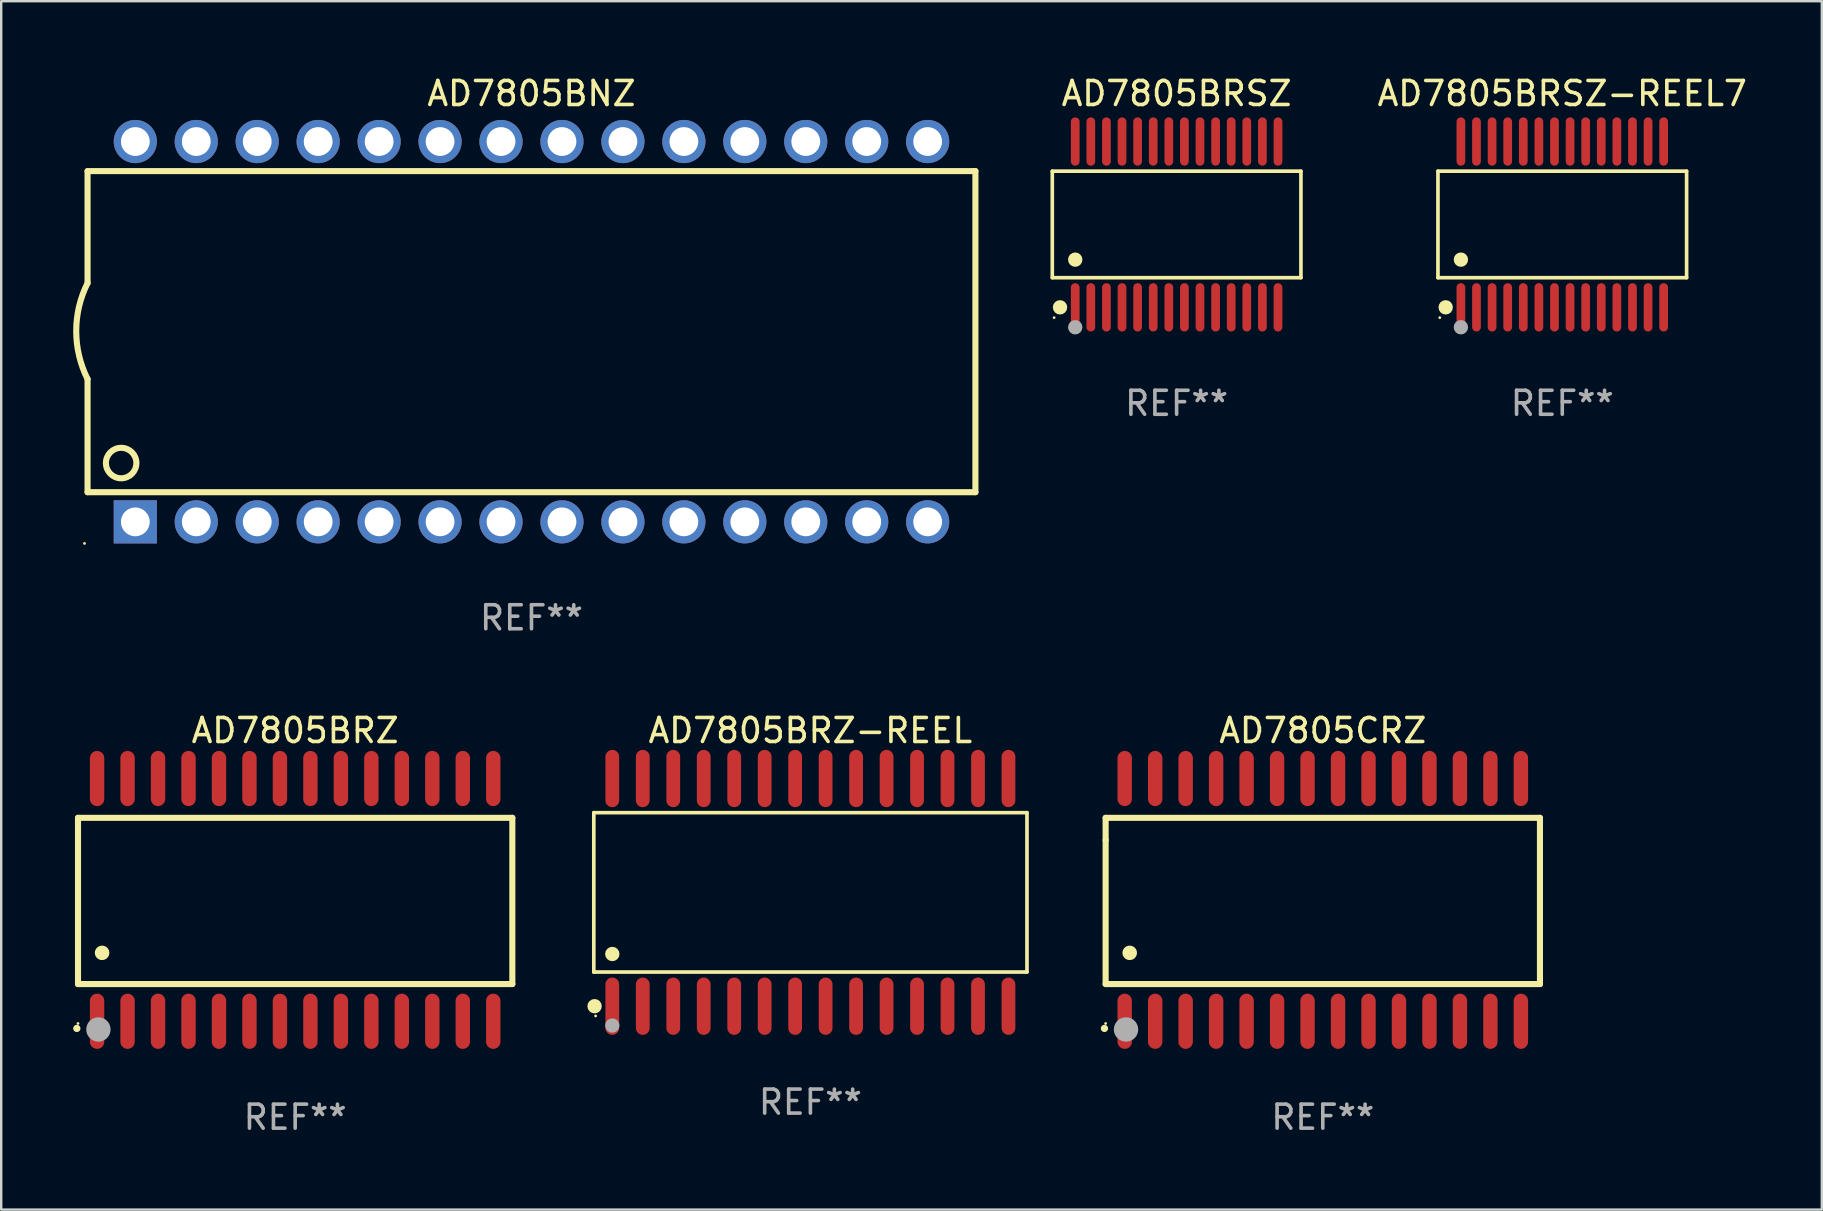
<source format=kicad_pcb>
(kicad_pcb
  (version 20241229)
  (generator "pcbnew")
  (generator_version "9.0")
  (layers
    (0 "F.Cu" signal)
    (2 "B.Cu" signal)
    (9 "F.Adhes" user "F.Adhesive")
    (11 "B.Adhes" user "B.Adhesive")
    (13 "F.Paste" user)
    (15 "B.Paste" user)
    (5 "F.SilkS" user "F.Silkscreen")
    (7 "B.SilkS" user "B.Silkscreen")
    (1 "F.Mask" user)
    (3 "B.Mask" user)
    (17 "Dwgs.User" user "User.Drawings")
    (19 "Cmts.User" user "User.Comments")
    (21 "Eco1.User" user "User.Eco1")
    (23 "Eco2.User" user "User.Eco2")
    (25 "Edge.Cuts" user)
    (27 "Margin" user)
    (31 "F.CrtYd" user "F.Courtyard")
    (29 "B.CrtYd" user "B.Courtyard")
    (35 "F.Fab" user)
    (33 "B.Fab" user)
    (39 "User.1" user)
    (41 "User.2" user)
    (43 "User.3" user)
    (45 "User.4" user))
  (footprint "AD7805BRZ-REEL"
    (layer "F.Cu")
    (at 30.722 34.138)
    (property "Reference" "AD7805BRZ-REEL" (at 0 -6.744 0) (layer "F.SilkS") (effects (font (size 1 1) (thickness 0.15))))
    (attr through_hole)
    (fp_line (start -9.026 -3.321) (end 9.026 -3.321) (stroke (width 0.152) (type solid)) (layer "F.SilkS"))
    (fp_line (start -9.026 3.321) (end -9.026 -3.321) (stroke (width 0.152) (type solid)) (layer "F.SilkS"))
    (fp_line (start 9.026 -3.321) (end 9.026 3.321) (stroke (width 0.152) (type solid)) (layer "F.SilkS"))
    (fp_line (start 9.026 3.321) (end -9.026 3.321) (stroke (width 0.152) (type solid)) (layer "F.SilkS"))
    (fp_circle (center -8.994 4.744) (end -8.844 4.744) (stroke (width 0.3) (type solid)) (fill no) (layer "F.SilkS"))
    (fp_circle (center -8.95 5.15) (end -8.92 5.15) (stroke (width 0.06) (type solid)) (fill no) (layer "F.SilkS"))
    (fp_circle (center -8.255 2.569) (end -8.105 2.569) (stroke (width 0.3) (type solid)) (fill no) (layer "F.SilkS"))
    (fp_circle (center -8.255 5.55) (end -8.105 5.55) (stroke (width 0.3) (type solid)) (fill no) (layer "F.Fab"))
    (fp_text user "REF**" (at 0 8.744 0) (layer "F.Fab") (effects (font (size 1 1) (thickness 0.15))))
    (pad "1" smd oval (at -8.255 4.744) (size 0.574 2.388) (layers "F.Cu" "F.Mask" "F.Paste"))
    (pad "2" smd oval (at -6.985 4.744) (size 0.574 2.388) (layers "F.Cu" "F.Mask" "F.Paste"))
    (pad "3" smd oval (at -5.715 4.744) (size 0.574 2.388) (layers "F.Cu" "F.Mask" "F.Paste"))
    (pad "4" smd oval (at -4.445 4.744) (size 0.574 2.388) (layers "F.Cu" "F.Mask" "F.Paste"))
    (pad "5" smd oval (at -3.175 4.744) (size 0.574 2.388) (layers "F.Cu" "F.Mask" "F.Paste"))
    (pad "6" smd oval (at -1.905 4.744) (size 0.574 2.388) (layers "F.Cu" "F.Mask" "F.Paste"))
    (pad "7" smd oval (at -0.635 4.744) (size 0.574 2.388) (layers "F.Cu" "F.Mask" "F.Paste"))
    (pad "8" smd oval (at 0.635 4.744) (size 0.574 2.388) (layers "F.Cu" "F.Mask" "F.Paste"))
    (pad "9" smd oval (at 1.905 4.744) (size 0.574 2.388) (layers "F.Cu" "F.Mask" "F.Paste"))
    (pad "10" smd oval (at 3.175 4.744) (size 0.574 2.388) (layers "F.Cu" "F.Mask" "F.Paste"))
    (pad "11" smd oval (at 4.445 4.744) (size 0.574 2.388) (layers "F.Cu" "F.Mask" "F.Paste"))
    (pad "12" smd oval (at 5.715 4.744) (size 0.574 2.388) (layers "F.Cu" "F.Mask" "F.Paste"))
    (pad "13" smd oval (at 6.985 4.744) (size 0.574 2.388) (layers "F.Cu" "F.Mask" "F.Paste"))
    (pad "14" smd oval (at 8.255 4.744) (size 0.574 2.388) (layers "F.Cu" "F.Mask" "F.Paste"))
    (pad "15" smd oval (at 8.255 -4.744) (size 0.574 2.388) (layers "F.Cu" "F.Mask" "F.Paste"))
    (pad "16" smd oval (at 6.985 -4.744) (size 0.574 2.388) (layers "F.Cu" "F.Mask" "F.Paste"))
    (pad "17" smd oval (at 5.715 -4.744) (size 0.574 2.388) (layers "F.Cu" "F.Mask" "F.Paste"))
    (pad "18" smd oval (at 4.445 -4.744) (size 0.574 2.388) (layers "F.Cu" "F.Mask" "F.Paste"))
    (pad "19" smd oval (at 3.175 -4.744) (size 0.574 2.388) (layers "F.Cu" "F.Mask" "F.Paste"))
    (pad "20" smd oval (at 1.905 -4.744) (size 0.574 2.388) (layers "F.Cu" "F.Mask" "F.Paste"))
    (pad "21" smd oval (at 0.635 -4.744) (size 0.574 2.388) (layers "F.Cu" "F.Mask" "F.Paste"))
    (pad "22" smd oval (at -0.635 -4.744) (size 0.574 2.388) (layers "F.Cu" "F.Mask" "F.Paste"))
    (pad "23" smd oval (at -1.905 -4.744) (size 0.574 2.388) (layers "F.Cu" "F.Mask" "F.Paste"))
    (pad "24" smd oval (at -3.175 -4.744) (size 0.574 2.388) (layers "F.Cu" "F.Mask" "F.Paste"))
    (pad "25" smd oval (at -4.445 -4.744) (size 0.574 2.388) (layers "F.Cu" "F.Mask" "F.Paste"))
    (pad "26" smd oval (at -5.715 -4.744) (size 0.574 2.388) (layers "F.Cu" "F.Mask" "F.Paste"))
    (pad "27" smd oval (at -6.985 -4.744) (size 0.574 2.388) (layers "F.Cu" "F.Mask" "F.Paste"))
    (pad "28" smd oval (at -8.255 -4.744) (size 0.574 2.388) (layers "F.Cu" "F.Mask" "F.Paste")))
  (footprint "AD7805BRZ"
    (layer "F.Cu")
    (at 9.251 34.452)
    (property "Reference" "AD7805BRZ" (at 0 -7.058 0) (layer "F.SilkS") (effects (font (size 1 1) (thickness 0.15))))
    (attr through_hole)
    (fp_line (start -9.05 -3.42) (end 9.05 -3.42) (stroke (width 0.254) (type solid)) (layer "F.SilkS"))
    (fp_line (start -9.05 -2.492) (end -9.05 -3.42) (stroke (width 0.254) (type solid)) (layer "F.SilkS"))
    (fp_line (start -9.05 3.508) (end -9.05 -2.492) (stroke (width 0.254) (type solid)) (layer "F.SilkS"))
    (fp_line (start 9.05 -3.42) (end 9.05 3.508) (stroke (width 0.254) (type solid)) (layer "F.SilkS"))
    (fp_line (start 9.05 3.508) (end -9.05 3.508) (stroke (width 0.254) (type solid)) (layer "F.SilkS"))
    (fp_arc (start -9.100838 5.35649) (mid -9.099568 5.356485) (end -9.098298 5.35649) (stroke (width 0.3) (type solid)) (layer "F.SilkS"))
    (fp_arc (start -8.049276 2.206883) (mid -8.046736 2.206872) (end -8.044196 2.206883) (stroke (width 0.6) (type solid)) (layer "F.SilkS"))
    (fp_circle (center -9.05 5.15) (end -9.02 5.15) (stroke (width 0.06) (type solid)) (fill no) (layer "F.SilkS"))
    (fp_circle (center -8.2 5.4) (end -7.946 5.4) (stroke (width 0.508) (type solid)) (fill no) (layer "F.Fab"))
    (fp_text user "REF**" (at 0 9.058 0) (layer "F.Fab") (effects (font (size 1 1) (thickness 0.15))))
    (pad "1" smd oval (at -8.255 5.058 180) (size 0.6 2.3) (layers "F.Cu" "F.Mask" "F.Paste"))
    (pad "2" smd oval (at -6.985 5.058 180) (size 0.6 2.3) (layers "F.Cu" "F.Mask" "F.Paste"))
    (pad "3" smd oval (at -5.715 5.058 180) (size 0.6 2.3) (layers "F.Cu" "F.Mask" "F.Paste"))
    (pad "4" smd oval (at -4.445 5.058 180) (size 0.6 2.3) (layers "F.Cu" "F.Mask" "F.Paste"))
    (pad "5" smd oval (at -3.175 5.058 180) (size 0.6 2.3) (layers "F.Cu" "F.Mask" "F.Paste"))
    (pad "6" smd oval (at -1.905 5.058 180) (size 0.6 2.3) (layers "F.Cu" "F.Mask" "F.Paste"))
    (pad "7" smd oval (at -0.635 5.058 180) (size 0.6 2.3) (layers "F.Cu" "F.Mask" "F.Paste"))
    (pad "8" smd oval (at 0.635 5.058 180) (size 0.6 2.3) (layers "F.Cu" "F.Mask" "F.Paste"))
    (pad "9" smd oval (at 1.905 5.058 180) (size 0.6 2.3) (layers "F.Cu" "F.Mask" "F.Paste"))
    (pad "10" smd oval (at 3.175 5.058 180) (size 0.6 2.3) (layers "F.Cu" "F.Mask" "F.Paste"))
    (pad "11" smd oval (at 4.445 5.058 180) (size 0.6 2.3) (layers "F.Cu" "F.Mask" "F.Paste"))
    (pad "12" smd oval (at 5.715 5.058 180) (size 0.6 2.3) (layers "F.Cu" "F.Mask" "F.Paste"))
    (pad "13" smd oval (at 6.985 5.058 180) (size 0.6 2.3) (layers "F.Cu" "F.Mask" "F.Paste"))
    (pad "14" smd oval (at 8.255 5.058 180) (size 0.6 2.3) (layers "F.Cu" "F.Mask" "F.Paste"))
    (pad "15" smd oval (at 8.255 -5.058 180) (size 0.6 2.3) (layers "F.Cu" "F.Mask" "F.Paste"))
    (pad "16" smd oval (at 6.985 -5.058 180) (size 0.6 2.3) (layers "F.Cu" "F.Mask" "F.Paste"))
    (pad "17" smd oval (at 5.715 -5.058 180) (size 0.6 2.3) (layers "F.Cu" "F.Mask" "F.Paste"))
    (pad "18" smd oval (at 4.445 -5.058 180) (size 0.6 2.3) (layers "F.Cu" "F.Mask" "F.Paste"))
    (pad "19" smd oval (at 3.175 -5.058 180) (size 0.6 2.3) (layers "F.Cu" "F.Mask" "F.Paste"))
    (pad "20" smd oval (at 1.905 -5.058 180) (size 0.6 2.3) (layers "F.Cu" "F.Mask" "F.Paste"))
    (pad "21" smd oval (at 0.635 -5.058 180) (size 0.6 2.3) (layers "F.Cu" "F.Mask" "F.Paste"))
    (pad "22" smd oval (at -0.635 -5.058 180) (size 0.6 2.3) (layers "F.Cu" "F.Mask" "F.Paste"))
    (pad "23" smd oval (at -1.905 -5.058 180) (size 0.6 2.3) (layers "F.Cu" "F.Mask" "F.Paste"))
    (pad "24" smd oval (at -3.175 -5.058 180) (size 0.6 2.3) (layers "F.Cu" "F.Mask" "F.Paste"))
    (pad "25" smd oval (at -4.445 -5.058 180) (size 0.6 2.3) (layers "F.Cu" "F.Mask" "F.Paste"))
    (pad "26" smd oval (at -5.715 -5.058 180) (size 0.6 2.3) (layers "F.Cu" "F.Mask" "F.Paste"))
    (pad "27" smd oval (at -6.985 -5.058 180) (size 0.6 2.3) (layers "F.Cu" "F.Mask" "F.Paste"))
    (pad "28" smd oval (at -8.255 -5.058 180) (size 0.6 2.3) (layers "F.Cu" "F.Mask" "F.Paste")))
  (footprint "AD7805BNZ"
    (layer "F.Cu")
    (at 19.099 10.773)
    (property "Reference" "AD7805BNZ" (at 0 -9.925 0) (layer "F.SilkS") (effects (font (size 1 1) (thickness 0.15))))
    (attr through_hole)
    (fp_line (start -18.5 -6.692) (end -18.5 -2.026) (stroke (width 0.254) (type solid)) (layer "F.SilkS"))
    (fp_line (start -18.5 6.689) (end -18.5 1.974) (stroke (width 0.254) (type solid)) (layer "F.SilkS"))
    (fp_line (start -18.5 6.689) (end 18.5 6.689) (stroke (width 0.254) (type solid)) (layer "F.SilkS"))
    (fp_line (start 18.5 -6.692) (end -18.5 -6.692) (stroke (width 0.254) (type solid)) (layer "F.SilkS"))
    (fp_line (start 18.5 6.689) (end 18.5 -6.692) (stroke (width 0.254) (type solid)) (layer "F.SilkS"))
    (fp_arc (start -18.500051 1.974346) (mid -18.972187 -0.025654) (end -18.500051 -2.025654) (stroke (width 0.254001) (type solid)) (layer "F.SilkS"))
    (fp_circle (center -18.627 8.824) (end -18.597 8.824) (stroke (width 0.06) (type solid)) (fill no) (layer "F.SilkS"))
    (fp_circle (center -17.1 5.474) (end -16.465 5.474) (stroke (width 0.254) (type solid)) (fill no) (layer "F.SilkS"))
    (fp_text user "REF**" (at 0 11.925 0) (layer "F.Fab") (effects (font (size 1 1) (thickness 0.15))))
    (pad "1" thru_hole rect (at -16.51 7.925) (size 1.8 1.8) (drill 1.2) (layers "*.Cu" "*.Mask"))
    (pad "2" thru_hole circle (at -13.97 7.924) (size 1.8 1.8) (drill 1.2) (layers "*.Cu" "*.Mask"))
    (pad "3" thru_hole circle (at -11.43 7.924) (size 1.8 1.8) (drill 1.2) (layers "*.Cu" "*.Mask"))
    (pad "4" thru_hole circle (at -8.89 7.924) (size 1.8 1.8) (drill 1.2) (layers "*.Cu" "*.Mask"))
    (pad "5" thru_hole circle (at -6.35 7.924) (size 1.8 1.8) (drill 1.2) (layers "*.Cu" "*.Mask"))
    (pad "6" thru_hole circle (at -3.81 7.924) (size 1.8 1.8) (drill 1.2) (layers "*.Cu" "*.Mask"))
    (pad "7" thru_hole circle (at -1.27 7.924) (size 1.8 1.8) (drill 1.2) (layers "*.Cu" "*.Mask"))
    (pad "8" thru_hole circle (at 1.27 7.924) (size 1.8 1.8) (drill 1.2) (layers "*.Cu" "*.Mask"))
    (pad "9" thru_hole circle (at 3.81 7.924) (size 1.8 1.8) (drill 1.2) (layers "*.Cu" "*.Mask"))
    (pad "10" thru_hole circle (at 6.35 7.924) (size 1.8 1.8) (drill 1.2) (layers "*.Cu" "*.Mask"))
    (pad "11" thru_hole circle (at 8.89 7.924) (size 1.8 1.8) (drill 1.2) (layers "*.Cu" "*.Mask"))
    (pad "12" thru_hole circle (at 11.43 7.924) (size 1.8 1.8) (drill 1.2) (layers "*.Cu" "*.Mask"))
    (pad "13" thru_hole circle (at 13.97 7.924) (size 1.8 1.8) (drill 1.2) (layers "*.Cu" "*.Mask"))
    (pad "14" thru_hole circle (at 16.51 7.924) (size 1.8 1.8) (drill 1.2) (layers "*.Cu" "*.Mask"))
    (pad "15" thru_hole circle (at 16.51 -7.925) (size 1.8 1.8) (drill 1.2) (layers "*.Cu" "*.Mask"))
    (pad "16" thru_hole circle (at 13.97 -7.925) (size 1.8 1.8) (drill 1.2) (layers "*.Cu" "*.Mask"))
    (pad "17" thru_hole circle (at 11.43 -7.925) (size 1.8 1.8) (drill 1.2) (layers "*.Cu" "*.Mask"))
    (pad "18" thru_hole circle (at 8.89 -7.925) (size 1.8 1.8) (drill 1.2) (layers "*.Cu" "*.Mask"))
    (pad "19" thru_hole circle (at 6.35 -7.925) (size 1.8 1.8) (drill 1.2) (layers "*.Cu" "*.Mask"))
    (pad "20" thru_hole circle (at 3.81 -7.925) (size 1.8 1.8) (drill 1.2) (layers "*.Cu" "*.Mask"))
    (pad "21" thru_hole circle (at 1.27 -7.925) (size 1.8 1.8) (drill 1.2) (layers "*.Cu" "*.Mask"))
    (pad "22" thru_hole circle (at -1.27 -7.925) (size 1.8 1.8) (drill 1.2) (layers "*.Cu" "*.Mask"))
    (pad "23" thru_hole circle (at -3.81 -7.925) (size 1.8 1.8) (drill 1.2) (layers "*.Cu" "*.Mask"))
    (pad "24" thru_hole circle (at -6.35 -7.925) (size 1.8 1.8) (drill 1.2) (layers "*.Cu" "*.Mask"))
    (pad "25" thru_hole circle (at -8.89 -7.925) (size 1.8 1.8) (drill 1.2) (layers "*.Cu" "*.Mask"))
    (pad "26" thru_hole circle (at -11.43 -7.925) (size 1.8 1.8) (drill 1.2) (layers "*.Cu" "*.Mask"))
    (pad "27" thru_hole circle (at -13.97 -7.925) (size 1.8 1.8) (drill 1.2) (layers "*.Cu" "*.Mask"))
    (pad "28" thru_hole circle (at -16.51 -7.925) (size 1.8 1.8) (drill 1.2) (layers "*.Cu" "*.Mask")))
  (footprint "AD7805BRSZ"
    (layer "F.Cu")
    (at 45.984 6.303)
    (property "Reference" "AD7805BRSZ" (at 0 -5.455 0) (layer "F.SilkS") (effects (font (size 1 1) (thickness 0.15))))
    (attr through_hole)
    (fp_line (start -5.181 -2.219) (end 5.181 -2.219) (stroke (width 0.152) (type solid)) (layer "F.SilkS"))
    (fp_line (start -5.181 2.219) (end -5.181 -2.219) (stroke (width 0.152) (type solid)) (layer "F.SilkS"))
    (fp_line (start 5.181 -2.219) (end 5.181 2.219) (stroke (width 0.152) (type solid)) (layer "F.SilkS"))
    (fp_line (start 5.181 2.219) (end -5.181 2.219) (stroke (width 0.152) (type solid)) (layer "F.SilkS"))
    (fp_circle (center -5.105 3.885) (end -5.075 3.885) (stroke (width 0.06) (type solid)) (fill no) (layer "F.SilkS"))
    (fp_circle (center -4.859 3.455) (end -4.709 3.455) (stroke (width 0.3) (type solid)) (fill no) (layer "F.SilkS"))
    (fp_circle (center -4.225 1.467) (end -4.075 1.467) (stroke (width 0.3) (type solid)) (fill no) (layer "F.SilkS"))
    (fp_circle (center -4.225 4.285) (end -4.075 4.285) (stroke (width 0.3) (type solid)) (fill no) (layer "F.Fab"))
    (fp_text user "REF**" (at 0 7.455 0) (layer "F.Fab") (effects (font (size 1 1) (thickness 0.15))))
    (pad "1" smd oval (at -4.225 3.455) (size 0.364 2.015) (layers "F.Cu" "F.Mask" "F.Paste"))
    (pad "2" smd oval (at -3.575 3.455) (size 0.364 2.015) (layers "F.Cu" "F.Mask" "F.Paste"))
    (pad "3" smd oval (at -2.925 3.455) (size 0.364 2.015) (layers "F.Cu" "F.Mask" "F.Paste"))
    (pad "4" smd oval (at -2.275 3.455) (size 0.364 2.015) (layers "F.Cu" "F.Mask" "F.Paste"))
    (pad "5" smd oval (at -1.625 3.455) (size 0.364 2.015) (layers "F.Cu" "F.Mask" "F.Paste"))
    (pad "6" smd oval (at -0.975 3.455) (size 0.364 2.015) (layers "F.Cu" "F.Mask" "F.Paste"))
    (pad "7" smd oval (at -0.325 3.455) (size 0.364 2.015) (layers "F.Cu" "F.Mask" "F.Paste"))
    (pad "8" smd oval (at 0.325 3.455) (size 0.364 2.015) (layers "F.Cu" "F.Mask" "F.Paste"))
    (pad "9" smd oval (at 0.975 3.455) (size 0.364 2.015) (layers "F.Cu" "F.Mask" "F.Paste"))
    (pad "10" smd oval (at 1.625 3.455) (size 0.364 2.015) (layers "F.Cu" "F.Mask" "F.Paste"))
    (pad "11" smd oval (at 2.275 3.455) (size 0.364 2.015) (layers "F.Cu" "F.Mask" "F.Paste"))
    (pad "12" smd oval (at 2.925 3.455) (size 0.364 2.015) (layers "F.Cu" "F.Mask" "F.Paste"))
    (pad "13" smd oval (at 3.575 3.455) (size 0.364 2.015) (layers "F.Cu" "F.Mask" "F.Paste"))
    (pad "14" smd oval (at 4.225 3.455) (size 0.364 2.015) (layers "F.Cu" "F.Mask" "F.Paste"))
    (pad "15" smd oval (at 4.225 -3.455) (size 0.364 2.015) (layers "F.Cu" "F.Mask" "F.Paste"))
    (pad "16" smd oval (at 3.575 -3.455) (size 0.364 2.015) (layers "F.Cu" "F.Mask" "F.Paste"))
    (pad "17" smd oval (at 2.925 -3.455) (size 0.364 2.015) (layers "F.Cu" "F.Mask" "F.Paste"))
    (pad "18" smd oval (at 2.275 -3.455) (size 0.364 2.015) (layers "F.Cu" "F.Mask" "F.Paste"))
    (pad "19" smd oval (at 1.625 -3.455) (size 0.364 2.015) (layers "F.Cu" "F.Mask" "F.Paste"))
    (pad "20" smd oval (at 0.975 -3.455) (size 0.364 2.015) (layers "F.Cu" "F.Mask" "F.Paste"))
    (pad "21" smd oval (at 0.325 -3.455) (size 0.364 2.015) (layers "F.Cu" "F.Mask" "F.Paste"))
    (pad "22" smd oval (at -0.325 -3.455) (size 0.364 2.015) (layers "F.Cu" "F.Mask" "F.Paste"))
    (pad "23" smd oval (at -0.975 -3.455) (size 0.364 2.015) (layers "F.Cu" "F.Mask" "F.Paste"))
    (pad "24" smd oval (at -1.625 -3.455) (size 0.364 2.015) (layers "F.Cu" "F.Mask" "F.Paste"))
    (pad "25" smd oval (at -2.275 -3.455) (size 0.364 2.015) (layers "F.Cu" "F.Mask" "F.Paste"))
    (pad "26" smd oval (at -2.925 -3.455) (size 0.364 2.015) (layers "F.Cu" "F.Mask" "F.Paste"))
    (pad "27" smd oval (at -3.575 -3.455) (size 0.364 2.015) (layers "F.Cu" "F.Mask" "F.Paste"))
    (pad "28" smd oval (at -4.225 -3.455) (size 0.364 2.015) (layers "F.Cu" "F.Mask" "F.Paste")))
  (footprint "AD7805BRSZ-REEL7"
    (layer "F.Cu")
    (at 62.056 6.303)
    (property "Reference" "AD7805BRSZ-REEL7" (at 0 -5.455 0) (layer "F.SilkS") (effects (font (size 1 1) (thickness 0.15))))
    (attr through_hole)
    (fp_line (start -5.181 -2.219) (end 5.181 -2.219) (stroke (width 0.152) (type solid)) (layer "F.SilkS"))
    (fp_line (start -5.181 2.219) (end -5.181 -2.219) (stroke (width 0.152) (type solid)) (layer "F.SilkS"))
    (fp_line (start 5.181 -2.219) (end 5.181 2.219) (stroke (width 0.152) (type solid)) (layer "F.SilkS"))
    (fp_line (start 5.181 2.219) (end -5.181 2.219) (stroke (width 0.152) (type solid)) (layer "F.SilkS"))
    (fp_circle (center -5.105 3.885) (end -5.075 3.885) (stroke (width 0.06) (type solid)) (fill no) (layer "F.SilkS"))
    (fp_circle (center -4.859 3.455) (end -4.709 3.455) (stroke (width 0.3) (type solid)) (fill no) (layer "F.SilkS"))
    (fp_circle (center -4.225 1.467) (end -4.075 1.467) (stroke (width 0.3) (type solid)) (fill no) (layer "F.SilkS"))
    (fp_circle (center -4.225 4.285) (end -4.075 4.285) (stroke (width 0.3) (type solid)) (fill no) (layer "F.Fab"))
    (fp_text user "REF**" (at 0 7.455 0) (layer "F.Fab") (effects (font (size 1 1) (thickness 0.15))))
    (pad "1" smd oval (at -4.225 3.455) (size 0.364 2.015) (layers "F.Cu" "F.Mask" "F.Paste"))
    (pad "2" smd oval (at -3.575 3.455) (size 0.364 2.015) (layers "F.Cu" "F.Mask" "F.Paste"))
    (pad "3" smd oval (at -2.925 3.455) (size 0.364 2.015) (layers "F.Cu" "F.Mask" "F.Paste"))
    (pad "4" smd oval (at -2.275 3.455) (size 0.364 2.015) (layers "F.Cu" "F.Mask" "F.Paste"))
    (pad "5" smd oval (at -1.625 3.455) (size 0.364 2.015) (layers "F.Cu" "F.Mask" "F.Paste"))
    (pad "6" smd oval (at -0.975 3.455) (size 0.364 2.015) (layers "F.Cu" "F.Mask" "F.Paste"))
    (pad "7" smd oval (at -0.325 3.455) (size 0.364 2.015) (layers "F.Cu" "F.Mask" "F.Paste"))
    (pad "8" smd oval (at 0.325 3.455) (size 0.364 2.015) (layers "F.Cu" "F.Mask" "F.Paste"))
    (pad "9" smd oval (at 0.975 3.455) (size 0.364 2.015) (layers "F.Cu" "F.Mask" "F.Paste"))
    (pad "10" smd oval (at 1.625 3.455) (size 0.364 2.015) (layers "F.Cu" "F.Mask" "F.Paste"))
    (pad "11" smd oval (at 2.275 3.455) (size 0.364 2.015) (layers "F.Cu" "F.Mask" "F.Paste"))
    (pad "12" smd oval (at 2.925 3.455) (size 0.364 2.015) (layers "F.Cu" "F.Mask" "F.Paste"))
    (pad "13" smd oval (at 3.575 3.455) (size 0.364 2.015) (layers "F.Cu" "F.Mask" "F.Paste"))
    (pad "14" smd oval (at 4.225 3.455) (size 0.364 2.015) (layers "F.Cu" "F.Mask" "F.Paste"))
    (pad "15" smd oval (at 4.225 -3.455) (size 0.364 2.015) (layers "F.Cu" "F.Mask" "F.Paste"))
    (pad "16" smd oval (at 3.575 -3.455) (size 0.364 2.015) (layers "F.Cu" "F.Mask" "F.Paste"))
    (pad "17" smd oval (at 2.925 -3.455) (size 0.364 2.015) (layers "F.Cu" "F.Mask" "F.Paste"))
    (pad "18" smd oval (at 2.275 -3.455) (size 0.364 2.015) (layers "F.Cu" "F.Mask" "F.Paste"))
    (pad "19" smd oval (at 1.625 -3.455) (size 0.364 2.015) (layers "F.Cu" "F.Mask" "F.Paste"))
    (pad "20" smd oval (at 0.975 -3.455) (size 0.364 2.015) (layers "F.Cu" "F.Mask" "F.Paste"))
    (pad "21" smd oval (at 0.325 -3.455) (size 0.364 2.015) (layers "F.Cu" "F.Mask" "F.Paste"))
    (pad "22" smd oval (at -0.325 -3.455) (size 0.364 2.015) (layers "F.Cu" "F.Mask" "F.Paste"))
    (pad "23" smd oval (at -0.975 -3.455) (size 0.364 2.015) (layers "F.Cu" "F.Mask" "F.Paste"))
    (pad "24" smd oval (at -1.625 -3.455) (size 0.364 2.015) (layers "F.Cu" "F.Mask" "F.Paste"))
    (pad "25" smd oval (at -2.275 -3.455) (size 0.364 2.015) (layers "F.Cu" "F.Mask" "F.Paste"))
    (pad "26" smd oval (at -2.925 -3.455) (size 0.364 2.015) (layers "F.Cu" "F.Mask" "F.Paste"))
    (pad "27" smd oval (at -3.575 -3.455) (size 0.364 2.015) (layers "F.Cu" "F.Mask" "F.Paste"))
    (pad "28" smd oval (at -4.225 -3.455) (size 0.364 2.015) (layers "F.Cu" "F.Mask" "F.Paste")))
  (footprint "AD7805CRZ"
    (layer "F.Cu")
    (at 52.076 34.452)
    (property "Reference" "AD7805CRZ" (at 0 -7.058 0) (layer "F.SilkS") (effects (font (size 1 1) (thickness 0.15))))
    (attr through_hole)
    (fp_line (start -9.05 -3.42) (end 9.05 -3.42) (stroke (width 0.254) (type solid)) (layer "F.SilkS"))
    (fp_line (start -9.05 -2.492) (end -9.05 -3.42) (stroke (width 0.254) (type solid)) (layer "F.SilkS"))
    (fp_line (start -9.05 3.508) (end -9.05 -2.492) (stroke (width 0.254) (type solid)) (layer "F.SilkS"))
    (fp_line (start 9.05 -3.42) (end 9.05 3.508) (stroke (width 0.254) (type solid)) (layer "F.SilkS"))
    (fp_line (start 9.05 3.508) (end -9.05 3.508) (stroke (width 0.254) (type solid)) (layer "F.SilkS"))
    (fp_arc (start -9.100838 5.35649) (mid -9.099568 5.356485) (end -9.098298 5.35649) (stroke (width 0.3) (type solid)) (layer "F.SilkS"))
    (fp_arc (start -8.049276 2.206883) (mid -8.046736 2.206872) (end -8.044196 2.206883) (stroke (width 0.6) (type solid)) (layer "F.SilkS"))
    (fp_circle (center -9.05 5.15) (end -9.02 5.15) (stroke (width 0.06) (type solid)) (fill no) (layer "F.SilkS"))
    (fp_circle (center -8.2 5.4) (end -7.946 5.4) (stroke (width 0.508) (type solid)) (fill no) (layer "F.Fab"))
    (fp_text user "REF**" (at 0 9.058 0) (layer "F.Fab") (effects (font (size 1 1) (thickness 0.15))))
    (pad "1" smd oval (at -8.255 5.058 180) (size 0.6 2.3) (layers "F.Cu" "F.Mask" "F.Paste"))
    (pad "2" smd oval (at -6.985 5.058 180) (size 0.6 2.3) (layers "F.Cu" "F.Mask" "F.Paste"))
    (pad "3" smd oval (at -5.715 5.058 180) (size 0.6 2.3) (layers "F.Cu" "F.Mask" "F.Paste"))
    (pad "4" smd oval (at -4.445 5.058 180) (size 0.6 2.3) (layers "F.Cu" "F.Mask" "F.Paste"))
    (pad "5" smd oval (at -3.175 5.058 180) (size 0.6 2.3) (layers "F.Cu" "F.Mask" "F.Paste"))
    (pad "6" smd oval (at -1.905 5.058 180) (size 0.6 2.3) (layers "F.Cu" "F.Mask" "F.Paste"))
    (pad "7" smd oval (at -0.635 5.058 180) (size 0.6 2.3) (layers "F.Cu" "F.Mask" "F.Paste"))
    (pad "8" smd oval (at 0.635 5.058 180) (size 0.6 2.3) (layers "F.Cu" "F.Mask" "F.Paste"))
    (pad "9" smd oval (at 1.905 5.058 180) (size 0.6 2.3) (layers "F.Cu" "F.Mask" "F.Paste"))
    (pad "10" smd oval (at 3.175 5.058 180) (size 0.6 2.3) (layers "F.Cu" "F.Mask" "F.Paste"))
    (pad "11" smd oval (at 4.445 5.058 180) (size 0.6 2.3) (layers "F.Cu" "F.Mask" "F.Paste"))
    (pad "12" smd oval (at 5.715 5.058 180) (size 0.6 2.3) (layers "F.Cu" "F.Mask" "F.Paste"))
    (pad "13" smd oval (at 6.985 5.058 180) (size 0.6 2.3) (layers "F.Cu" "F.Mask" "F.Paste"))
    (pad "14" smd oval (at 8.255 5.058 180) (size 0.6 2.3) (layers "F.Cu" "F.Mask" "F.Paste"))
    (pad "15" smd oval (at 8.255 -5.058 180) (size 0.6 2.3) (layers "F.Cu" "F.Mask" "F.Paste"))
    (pad "16" smd oval (at 6.985 -5.058 180) (size 0.6 2.3) (layers "F.Cu" "F.Mask" "F.Paste"))
    (pad "17" smd oval (at 5.715 -5.058 180) (size 0.6 2.3) (layers "F.Cu" "F.Mask" "F.Paste"))
    (pad "18" smd oval (at 4.445 -5.058 180) (size 0.6 2.3) (layers "F.Cu" "F.Mask" "F.Paste"))
    (pad "19" smd oval (at 3.175 -5.058 180) (size 0.6 2.3) (layers "F.Cu" "F.Mask" "F.Paste"))
    (pad "20" smd oval (at 1.905 -5.058 180) (size 0.6 2.3) (layers "F.Cu" "F.Mask" "F.Paste"))
    (pad "21" smd oval (at 0.635 -5.058 180) (size 0.6 2.3) (layers "F.Cu" "F.Mask" "F.Paste"))
    (pad "22" smd oval (at -0.635 -5.058 180) (size 0.6 2.3) (layers "F.Cu" "F.Mask" "F.Paste"))
    (pad "23" smd oval (at -1.905 -5.058 180) (size 0.6 2.3) (layers "F.Cu" "F.Mask" "F.Paste"))
    (pad "24" smd oval (at -3.175 -5.058 180) (size 0.6 2.3) (layers "F.Cu" "F.Mask" "F.Paste"))
    (pad "25" smd oval (at -4.445 -5.058 180) (size 0.6 2.3) (layers "F.Cu" "F.Mask" "F.Paste"))
    (pad "26" smd oval (at -5.715 -5.058 180) (size 0.6 2.3) (layers "F.Cu" "F.Mask" "F.Paste"))
    (pad "27" smd oval (at -6.985 -5.058 180) (size 0.6 2.3) (layers "F.Cu" "F.Mask" "F.Paste"))
    (pad "28" smd oval (at -8.255 -5.058 180) (size 0.6 2.3) (layers "F.Cu" "F.Mask" "F.Paste")))
  (gr_rect
    (start -3 -3)
    (end 72.872 47.358)
    (stroke (width 0.1) (type default))
    (fill no)
    (layer "Edge.Cuts")))
</source>
